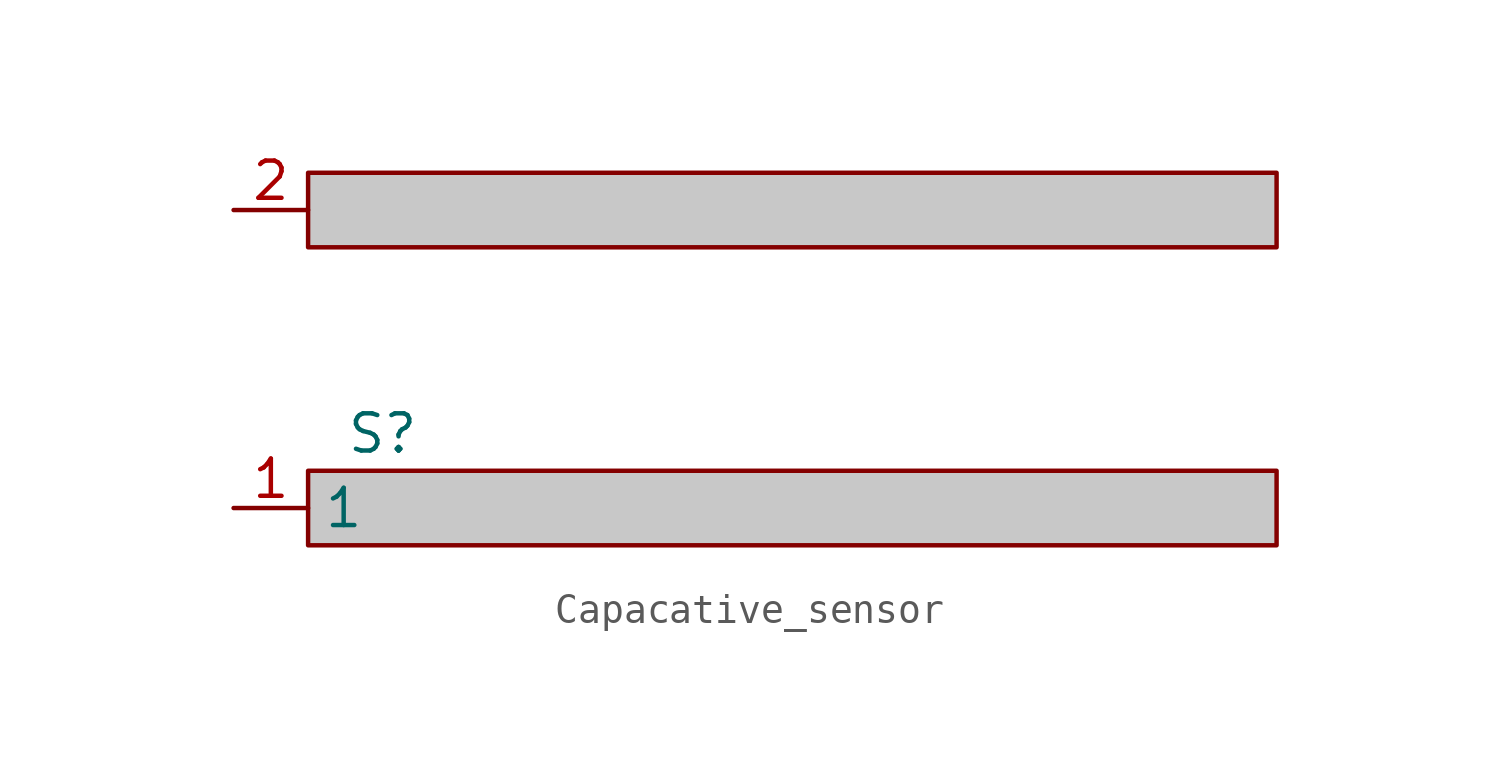
<source format=kicad_sym>
(kicad_symbol_lib
  (version 20231120)
  (generator "kicad_symbol_editor")
  (generator_version "8.0")
  (symbol "Capacative_sensor"
    (property "Reference" "S"
      (at 2.54 -2.54 0)
      (effects (font (size 1.27 1.27))))
    (property "Value" ""
      (at 2.54 -2.54 0)
      (effects (font (size 1.27 1.27))))
    (symbol "Capacative_sensor_1_1"
      (rectangle (start 0 -3.81) (end 33.02 -6.35) (stroke (width 0) (type default)) (fill (type color) (color 200 200 200 1)))
      (rectangle (start 0 6.35) (end 33.02 3.81) (stroke (width 0) (type default)) (fill (type color) (color 200 200 200 1)))
      (pin bidirectional line (at -2.54 -5.08 0) (length 2.54) (name "1" (effects (font (size 1.27 1.27)))) (number "1" (effects (font (size 1.27 1.27)))))
      (pin bidirectional line (at -2.54 5.08 0) (length 2.54) (name "" (effects (font (size 1.27 1.27)))) (number "2" (effects (font (size 1.27 1.27))))))))
</source>
